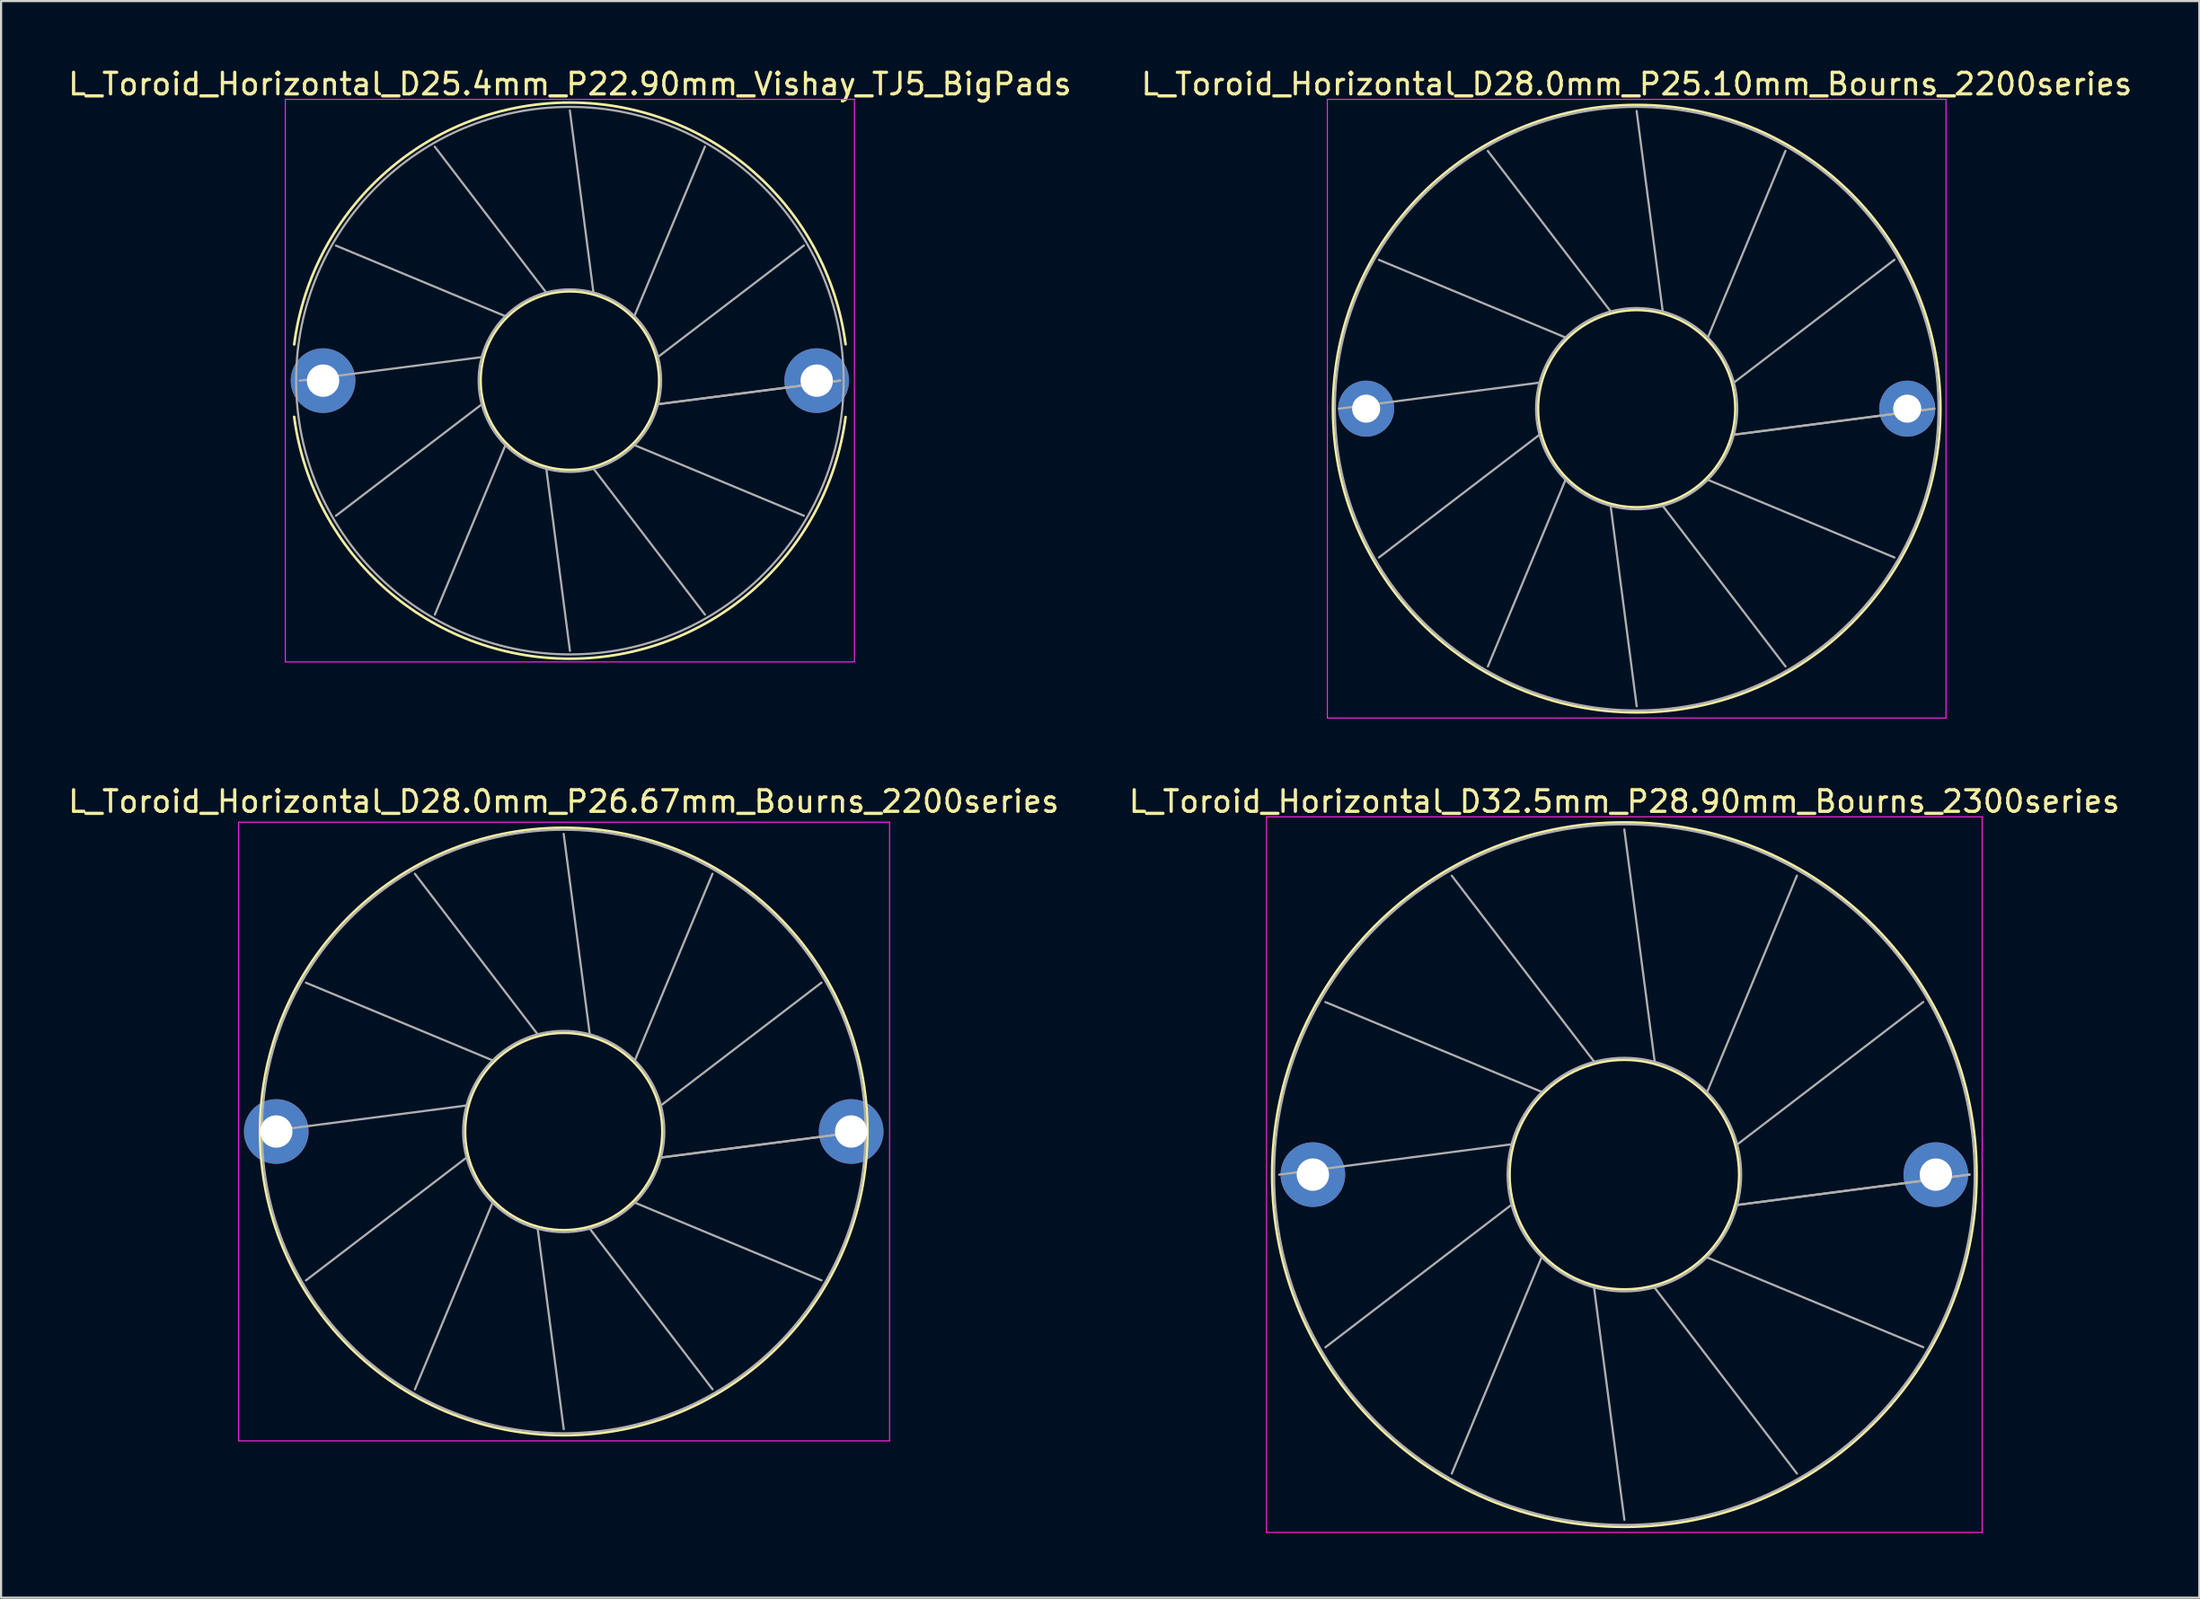
<source format=kicad_pcb>
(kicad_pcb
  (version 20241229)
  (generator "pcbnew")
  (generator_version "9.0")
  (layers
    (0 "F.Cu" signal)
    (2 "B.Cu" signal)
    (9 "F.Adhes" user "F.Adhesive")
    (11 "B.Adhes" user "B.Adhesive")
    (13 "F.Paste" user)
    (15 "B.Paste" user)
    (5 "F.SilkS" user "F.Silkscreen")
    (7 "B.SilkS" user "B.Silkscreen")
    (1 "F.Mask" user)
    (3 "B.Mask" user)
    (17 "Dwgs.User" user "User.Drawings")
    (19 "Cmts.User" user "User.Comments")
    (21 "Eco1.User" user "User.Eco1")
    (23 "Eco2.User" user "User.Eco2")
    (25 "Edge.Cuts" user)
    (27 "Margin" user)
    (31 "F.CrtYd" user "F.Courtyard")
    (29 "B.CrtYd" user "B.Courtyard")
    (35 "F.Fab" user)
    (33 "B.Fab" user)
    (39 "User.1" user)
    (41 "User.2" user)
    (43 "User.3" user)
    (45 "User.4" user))
  (footprint "L_Toroid_Horizontal_D28.0mm_P25.10mm_Bourns_2200series"
    (layer "F.Cu")
    (at 60.325 15.908)
    (property "Reference" "L_Toroid_Horizontal_D28.0mm_P25.10mm_Bourns_2200series" (at 12.55 -15.06 0) (layer "F.SilkS") (effects (font (size 1 1) (thickness 0.15))))
    (attr through_hole)
    (fp_circle (center 12.55 0) (end 17.127 0) (stroke (width 0.12) (type solid)) (fill no) (layer "F.SilkS"))
    (fp_circle (center 12.55 0) (end 26.64 0) (stroke (width 0.12) (type solid)) (fill no) (layer "F.SilkS"))
    (fp_line (start -1.8 -14.35) (end -1.8 14.35) (stroke (width 0.05) (type solid)) (layer "F.CrtYd"))
    (fp_line (start -1.8 14.35) (end 26.9 14.35) (stroke (width 0.05) (type solid)) (layer "F.CrtYd"))
    (fp_line (start 26.9 -14.35) (end -1.8 -14.35) (stroke (width 0.05) (type solid)) (layer "F.CrtYd"))
    (fp_line (start 26.9 14.35) (end 26.9 -14.35) (stroke (width 0.05) (type solid)) (layer "F.CrtYd"))
    (fp_line (start -1.258 0.001) (end 8.041 -1.208) (stroke (width 0.1) (type solid)) (layer "F.Fab"))
    (fp_line (start 0.591 -6.903) (end 9.249 -3.301) (stroke (width 0.1) (type solid)) (layer "F.Fab"))
    (fp_line (start 0.592 6.905) (end 8.041 1.209) (stroke (width 0.1) (type solid)) (layer "F.Fab"))
    (fp_line (start 5.644 -11.957) (end 11.341 -4.509) (stroke (width 0.1) (type solid)) (layer "F.Fab"))
    (fp_line (start 5.647 11.959) (end 9.249 3.301) (stroke (width 0.1) (type solid)) (layer "F.Fab"))
    (fp_line (start 12.548 -13.808) (end 13.758 -4.509) (stroke (width 0.1) (type solid)) (layer "F.Fab"))
    (fp_line (start 12.551 13.808) (end 11.342 4.509) (stroke (width 0.1) (type solid)) (layer "F.Fab"))
    (fp_line (start 19.452 -11.959) (end 15.85 -3.301) (stroke (width 0.1) (type solid)) (layer "F.Fab"))
    (fp_line (start 19.454 11.958) (end 13.758 4.509) (stroke (width 0.1) (type solid)) (layer "F.Fab"))
    (fp_line (start 24.507 -6.906) (end 17.059 -1.209) (stroke (width 0.1) (type solid)) (layer "F.Fab"))
    (fp_line (start 24.508 6.904) (end 15.851 3.301) (stroke (width 0.1) (type solid)) (layer "F.Fab"))
    (fp_line (start 26.358 -0.003) (end 17.059 1.207) (stroke (width 0.1) (type solid)) (layer "F.Fab"))
    (fp_line (start 26.358 0) (end 17.059 1.208) (stroke (width 0.1) (type solid)) (layer "F.Fab"))
    (fp_circle (center 12.55 0) (end 17.217 0) (stroke (width 0.1) (type solid)) (fill no) (layer "F.Fab"))
    (fp_circle (center 12.55 0) (end 26.55 0) (stroke (width 0.1) (type solid)) (fill no) (layer "F.Fab"))
    (pad "1" thru_hole circle (at 0 0) (size 2.6 2.6) (drill 1.3) (layers "*.Cu" "*.Mask"))
    (pad "2" thru_hole circle (at 25.1 0) (size 2.6 2.6) (drill 1.3) (layers "*.Cu" "*.Mask")))
  (footprint "L_Toroid_Horizontal_D28.0mm_P26.67mm_Bourns_2200series"
    (layer "F.Cu")
    (at 9.766 49.441)
    (property "Reference" "L_Toroid_Horizontal_D28.0mm_P26.67mm_Bourns_2200series" (at 13.335 -15.31 0) (layer "F.SilkS") (effects (font (size 1 1) (thickness 0.15))))
    (attr through_hole)
    (fp_circle (center 13.335 0) (end 17.912 0) (stroke (width 0.12) (type solid)) (fill no) (layer "F.SilkS"))
    (fp_circle (center 13.335 0) (end 27.425 0) (stroke (width 0.12) (type solid)) (fill no) (layer "F.SilkS"))
    (fp_line (start -1.75 -14.35) (end -1.75 14.35) (stroke (width 0.05) (type solid)) (layer "F.CrtYd"))
    (fp_line (start -1.75 14.35) (end 28.45 14.35) (stroke (width 0.05) (type solid)) (layer "F.CrtYd"))
    (fp_line (start 28.45 -14.35) (end -1.75 -14.35) (stroke (width 0.05) (type solid)) (layer "F.CrtYd"))
    (fp_line (start 28.45 14.35) (end 28.45 -14.35) (stroke (width 0.05) (type solid)) (layer "F.CrtYd"))
    (fp_line (start -0.473 0.001) (end 8.826 -1.208) (stroke (width 0.1) (type solid)) (layer "F.Fab"))
    (fp_line (start 1.376 -6.903) (end 10.034 -3.301) (stroke (width 0.1) (type solid)) (layer "F.Fab"))
    (fp_line (start 1.377 6.905) (end 8.826 1.209) (stroke (width 0.1) (type solid)) (layer "F.Fab"))
    (fp_line (start 6.429 -11.957) (end 12.126 -4.509) (stroke (width 0.1) (type solid)) (layer "F.Fab"))
    (fp_line (start 6.432 11.959) (end 10.034 3.301) (stroke (width 0.1) (type solid)) (layer "F.Fab"))
    (fp_line (start 13.333 -13.808) (end 14.543 -4.509) (stroke (width 0.1) (type solid)) (layer "F.Fab"))
    (fp_line (start 13.336 13.808) (end 12.127 4.509) (stroke (width 0.1) (type solid)) (layer "F.Fab"))
    (fp_line (start 20.237 -11.959) (end 16.635 -3.301) (stroke (width 0.1) (type solid)) (layer "F.Fab"))
    (fp_line (start 20.239 11.958) (end 14.543 4.509) (stroke (width 0.1) (type solid)) (layer "F.Fab"))
    (fp_line (start 25.292 -6.906) (end 17.844 -1.209) (stroke (width 0.1) (type solid)) (layer "F.Fab"))
    (fp_line (start 25.293 6.904) (end 16.636 3.301) (stroke (width 0.1) (type solid)) (layer "F.Fab"))
    (fp_line (start 27.143 -0.003) (end 17.844 1.207) (stroke (width 0.1) (type solid)) (layer "F.Fab"))
    (fp_line (start 27.143 0) (end 17.844 1.208) (stroke (width 0.1) (type solid)) (layer "F.Fab"))
    (fp_circle (center 13.335 0) (end 18.002 0) (stroke (width 0.1) (type solid)) (fill no) (layer "F.Fab"))
    (fp_circle (center 13.335 0) (end 27.335 0) (stroke (width 0.1) (type solid)) (fill no) (layer "F.Fab"))
    (pad "1" thru_hole circle (at 0 0) (size 3 3) (drill 1.5) (layers "*.Cu" "*.Mask"))
    (pad "2" thru_hole circle (at 26.67 0) (size 3 3) (drill 1.5) (layers "*.Cu" "*.Mask")))
  (footprint "L_Toroid_Horizontal_D25.4mm_P22.90mm_Vishay_TJ5_BigPads"
    (layer "F.Cu")
    (at 11.937 14.608)
    (property "Reference" "L_Toroid_Horizontal_D25.4mm_P22.90mm_Vishay_TJ5_BigPads" (at 11.45 -13.76 0) (layer "F.SilkS") (effects (font (size 1 1) (thickness 0.15))))
    (attr through_hole)
    (fp_arc (start -1.34 -1.68) (mid 11.446197 -12.899864) (end 24.239007 -1.68754) (stroke (width 0.12) (type solid)) (layer "F.SilkS"))
    (fp_arc (start 24.239007 1.68754) (mid 11.446197 12.899863) (end -1.34 1.68) (stroke (width 0.12) (type solid)) (layer "F.SilkS"))
    (fp_circle (center 11.45 0) (end 15.593 0) (stroke (width 0.12) (type solid)) (fill no) (layer "F.SilkS"))
    (fp_line (start -1.75 -13.05) (end -1.75 13.05) (stroke (width 0.05) (type solid)) (layer "F.CrtYd"))
    (fp_line (start -1.75 13.05) (end 24.65 13.05) (stroke (width 0.05) (type solid)) (layer "F.CrtYd"))
    (fp_line (start 24.65 -13.05) (end -1.75 -13.05) (stroke (width 0.05) (type solid)) (layer "F.CrtYd"))
    (fp_line (start 24.65 13.05) (end 24.65 -13.05) (stroke (width 0.05) (type solid)) (layer "F.CrtYd"))
    (fp_line (start -1.084 0.001) (end 7.368 -1.093) (stroke (width 0.1) (type solid)) (layer "F.Fab"))
    (fp_line (start 0.594 -6.266) (end 8.461 -2.988) (stroke (width 0.1) (type solid)) (layer "F.Fab"))
    (fp_line (start 0.596 6.268) (end 7.368 1.094) (stroke (width 0.1) (type solid)) (layer "F.Fab"))
    (fp_line (start 5.182 -10.854) (end 10.356 -4.082) (stroke (width 0.1) (type solid)) (layer "F.Fab"))
    (fp_line (start 5.184 10.855) (end 8.462 2.989) (stroke (width 0.1) (type solid)) (layer "F.Fab"))
    (fp_line (start 11.448 -12.534) (end 12.543 -4.082) (stroke (width 0.1) (type solid)) (layer "F.Fab"))
    (fp_line (start 11.451 12.534) (end 10.356 4.082) (stroke (width 0.1) (type solid)) (layer "F.Fab"))
    (fp_line (start 17.715 -10.856) (end 14.438 -2.989) (stroke (width 0.1) (type solid)) (layer "F.Fab"))
    (fp_line (start 17.717 10.855) (end 12.544 4.082) (stroke (width 0.1) (type solid)) (layer "F.Fab"))
    (fp_line (start 22.304 -6.269) (end 15.532 -1.095) (stroke (width 0.1) (type solid)) (layer "F.Fab"))
    (fp_line (start 22.305 6.267) (end 14.438 2.988) (stroke (width 0.1) (type solid)) (layer "F.Fab"))
    (fp_line (start 23.984 -0.002) (end 15.532 1.093) (stroke (width 0.1) (type solid)) (layer "F.Fab"))
    (fp_line (start 23.984 0) (end 15.532 1.094) (stroke (width 0.1) (type solid)) (layer "F.Fab"))
    (fp_circle (center 11.45 0) (end 15.683 0) (stroke (width 0.1) (type solid)) (fill no) (layer "F.Fab"))
    (fp_circle (center 11.45 0) (end 24.15 0) (stroke (width 0.1) (type solid)) (fill no) (layer "F.Fab"))
    (pad "1" thru_hole circle (at 0 0) (size 3 3) (drill 1.5) (layers "*.Cu" "*.Mask"))
    (pad "2" thru_hole circle (at 22.9 0) (size 3 3) (drill 1.5) (layers "*.Cu" "*.Mask")))
  (footprint "L_Toroid_Horizontal_D32.5mm_P28.90mm_Bourns_2300series"
    (layer "F.Cu")
    (at 57.854 51.441)
    (property "Reference" "L_Toroid_Horizontal_D32.5mm_P28.90mm_Bourns_2300series" (at 14.45 -17.31 0) (layer "F.SilkS") (effects (font (size 1 1) (thickness 0.15))))
    (attr through_hole)
    (fp_circle (center 14.45 0) (end 19.777 0) (stroke (width 0.12) (type solid)) (fill no) (layer "F.SilkS"))
    (fp_circle (center 14.45 0) (end 30.79 0) (stroke (width 0.12) (type solid)) (fill no) (layer "F.SilkS"))
    (fp_line (start -2.15 -16.6) (end -2.15 16.6) (stroke (width 0.05) (type solid)) (layer "F.CrtYd"))
    (fp_line (start -2.15 16.6) (end 31.05 16.6) (stroke (width 0.05) (type solid)) (layer "F.CrtYd"))
    (fp_line (start 31.05 -16.6) (end -2.15 -16.6) (stroke (width 0.05) (type solid)) (layer "F.CrtYd"))
    (fp_line (start 31.05 16.6) (end 31.05 -16.6) (stroke (width 0.05) (type solid)) (layer "F.CrtYd"))
    (fp_line (start -1.563 0.001) (end 9.202 -1.406) (stroke (width 0.1) (type solid)) (layer "F.Fab"))
    (fp_line (start 0.581 -8.005) (end 10.608 -3.841) (stroke (width 0.1) (type solid)) (layer "F.Fab"))
    (fp_line (start 0.583 8.008) (end 9.202 1.407) (stroke (width 0.1) (type solid)) (layer "F.Fab"))
    (fp_line (start 6.442 -13.867) (end 13.043 -5.248) (stroke (width 0.1) (type solid)) (layer "F.Fab"))
    (fp_line (start 6.444 13.868) (end 10.608 3.842) (stroke (width 0.1) (type solid)) (layer "F.Fab"))
    (fp_line (start 14.448 -16.013) (end 15.855 -5.248) (stroke (width 0.1) (type solid)) (layer "F.Fab"))
    (fp_line (start 14.451 16.013) (end 13.044 5.248) (stroke (width 0.1) (type solid)) (layer "F.Fab"))
    (fp_line (start 22.454 -13.869) (end 18.291 -3.842) (stroke (width 0.1) (type solid)) (layer "F.Fab"))
    (fp_line (start 22.457 13.868) (end 15.856 5.248) (stroke (width 0.1) (type solid)) (layer "F.Fab"))
    (fp_line (start 28.316 -8.009) (end 19.698 -1.407) (stroke (width 0.1) (type solid)) (layer "F.Fab"))
    (fp_line (start 28.318 8.006) (end 18.292 3.842) (stroke (width 0.1) (type solid)) (layer "F.Fab"))
    (fp_line (start 30.463 -0.003) (end 19.698 1.405) (stroke (width 0.1) (type solid)) (layer "F.Fab"))
    (fp_line (start 30.463 0) (end 19.698 1.406) (stroke (width 0.1) (type solid)) (layer "F.Fab"))
    (fp_circle (center 14.45 0) (end 19.867 0) (stroke (width 0.1) (type solid)) (fill no) (layer "F.Fab"))
    (fp_circle (center 14.45 0) (end 30.7 0) (stroke (width 0.1) (type solid)) (fill no) (layer "F.Fab"))
    (pad "1" thru_hole circle (at 0 0) (size 3 3) (drill 1.5) (layers "*.Cu" "*.Mask"))
    (pad "2" thru_hole circle (at 28.9 0) (size 3 3) (drill 1.5) (layers "*.Cu" "*.Mask")))
  (gr_rect
    (start -3 -3)
    (end 98.976 71.067)
    (stroke (width 0.1) (type default))
    (fill no)
    (layer "Edge.Cuts")))
</source>
